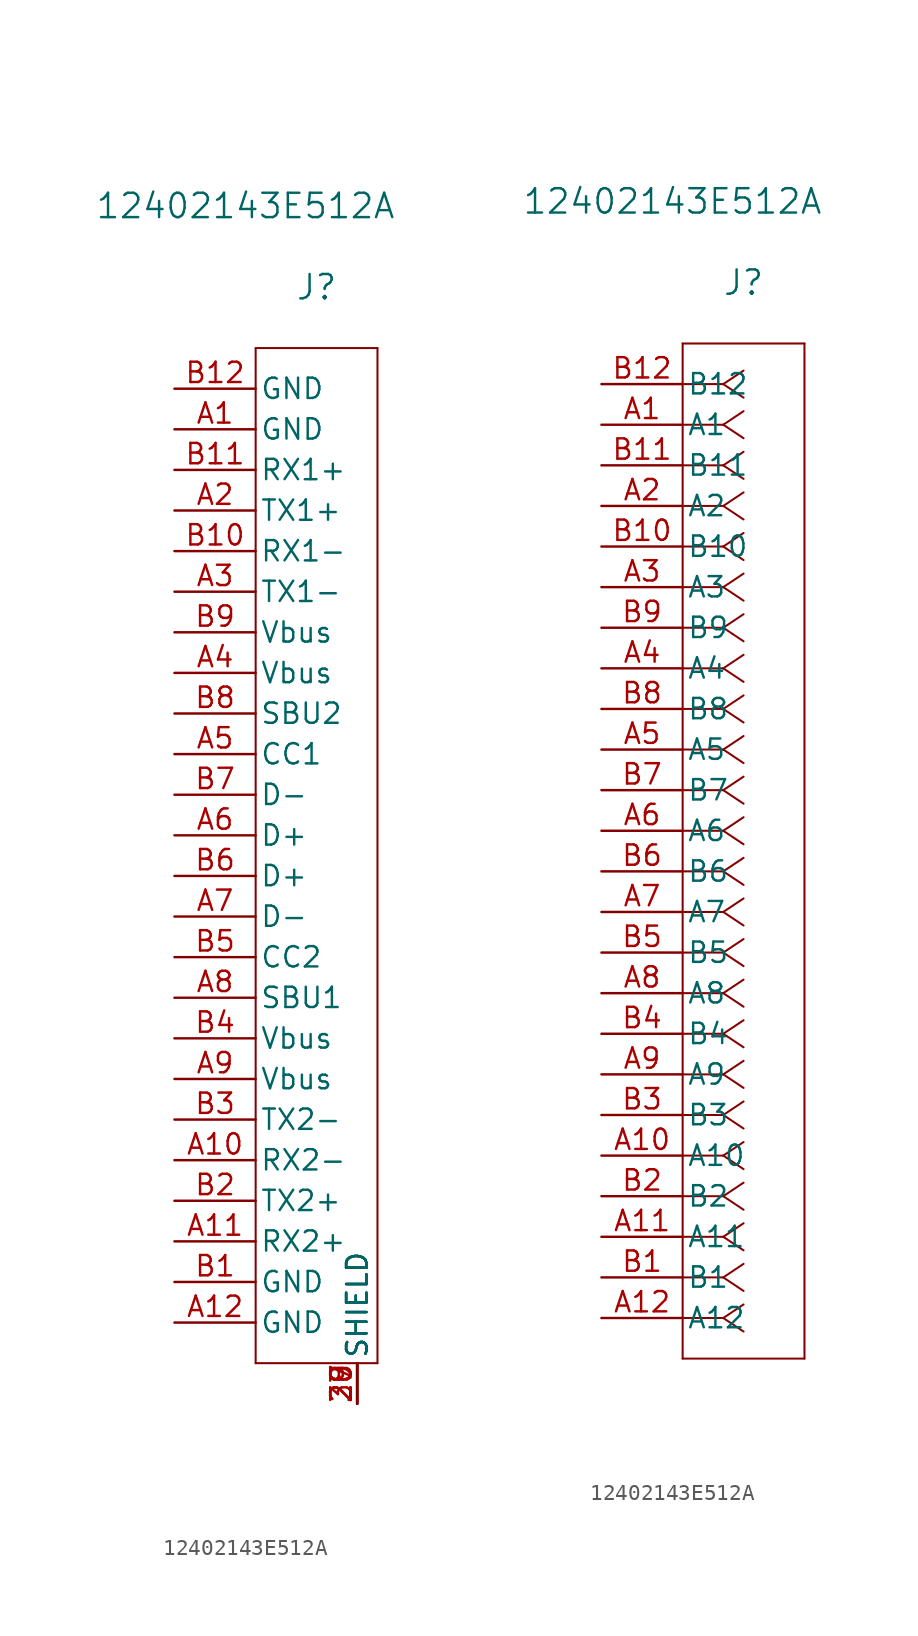
<source format=kicad_sym>
(kicad_symbol_lib
  (version 20220914)
  (generator kicad_symbol_editor)
  (symbol "12402143E512A"
    (pin_names
      (offset 0.254))
    (property "Reference" "J"
      (at 8.89 6.35 0)
      (effects (font (size 1.524 1.524))))
    (property "Value" "12402143E512A"
      (at 4.445 11.43 0)
      (effects (font (size 1.524 1.524))))
    (property "ki_locked" ""
      (at 0 0 0)
      (effects (font (size 1.27 1.27))))
    (symbol "12402143E512A_1_1"
      (polyline (pts (xy 5.08 -60.96) (xy 12.7 -60.96)) (stroke (width 0.127) (type default)) (fill (type none)))
      (polyline (pts (xy 5.08 2.54) (xy 5.08 -60.96)) (stroke (width 0.127) (type default)) (fill (type none)))
      (polyline (pts (xy 12.7 -60.96) (xy 12.7 2.54)) (stroke (width 0.127) (type default)) (fill (type none)))
      (polyline (pts (xy 12.7 2.54) (xy 5.08 2.54)) (stroke (width 0.127) (type default)) (fill (type none)))
      (pin passive line (at 11.43 -63.5 90) (length 2.54) (name "SHIELD" (effects (font (size 1.27 1.27)))) (number "27" (effects (font (size 1.27 1.27)))))
      (pin passive line (at 11.43 -63.5 90) (length 2.54) (name "SHIELD" (effects (font (size 1.27 1.27)))) (number "28" (effects (font (size 1.27 1.27)))))
      (pin passive line (at 11.43 -63.5 90) (length 2.54) (name "SHIELD" (effects (font (size 1.27 1.27)))) (number "29" (effects (font (size 1.27 1.27)))))
      (pin passive line (at 11.43 -63.5 90) (length 2.54) (name "SHIELD" (effects (font (size 1.27 1.27)))) (number "30" (effects (font (size 1.27 1.27)))))
      (pin power_out line (at 0 -2.54 0) (length 5.08) (name "GND" (effects (font (size 1.27 1.27)))) (number "A1" (effects (font (size 1.27 1.27)))))
      (pin bidirectional line (at 0 -48.26 0) (length 5.08) (name "RX2-" (effects (font (size 1.27 1.27)))) (number "A10" (effects (font (size 1.27 1.27)))))
      (pin bidirectional line (at 0 -53.34 0) (length 5.08) (name "RX2+" (effects (font (size 1.27 1.27)))) (number "A11" (effects (font (size 1.27 1.27)))))
      (pin power_out line (at 0 -58.42 0) (length 5.08) (name "GND" (effects (font (size 1.27 1.27)))) (number "A12" (effects (font (size 1.27 1.27)))))
      (pin bidirectional line (at 0 -7.62 0) (length 5.08) (name "TX1+" (effects (font (size 1.27 1.27)))) (number "A2" (effects (font (size 1.27 1.27)))))
      (pin bidirectional line (at 0 -12.7 0) (length 5.08) (name "TX1-" (effects (font (size 1.27 1.27)))) (number "A3" (effects (font (size 1.27 1.27)))))
      (pin power_in line (at 0 -17.78 0) (length 5.08) (name "Vbus" (effects (font (size 1.27 1.27)))) (number "A4" (effects (font (size 1.27 1.27)))))
      (pin bidirectional line (at 0 -22.86 0) (length 5.08) (name "CC1" (effects (font (size 1.27 1.27)))) (number "A5" (effects (font (size 1.27 1.27)))))
      (pin unspecified line (at 0 -27.94 0) (length 5.08) (name "D+" (effects (font (size 1.27 1.27)))) (number "A6" (effects (font (size 1.27 1.27)))))
      (pin bidirectional line (at 0 -33.02 0) (length 5.08) (name "D-" (effects (font (size 1.27 1.27)))) (number "A7" (effects (font (size 1.27 1.27)))))
      (pin bidirectional line (at 0 -38.1 0) (length 5.08) (name "SBU1" (effects (font (size 1.27 1.27)))) (number "A8" (effects (font (size 1.27 1.27)))))
      (pin power_in line (at 0 -43.18 0) (length 5.08) (name "Vbus" (effects (font (size 1.27 1.27)))) (number "A9" (effects (font (size 1.27 1.27)))))
      (pin power_out line (at 0 -55.88 0) (length 5.08) (name "GND" (effects (font (size 1.27 1.27)))) (number "B1" (effects (font (size 1.27 1.27)))))
      (pin bidirectional line (at 0 -10.16 0) (length 5.08) (name "RX1-" (effects (font (size 1.27 1.27)))) (number "B10" (effects (font (size 1.27 1.27)))))
      (pin bidirectional line (at 0 -5.08 0) (length 5.08) (name "RX1+" (effects (font (size 1.27 1.27)))) (number "B11" (effects (font (size 1.27 1.27)))))
      (pin power_out line (at 0 0 0) (length 5.08) (name "GND" (effects (font (size 1.27 1.27)))) (number "B12" (effects (font (size 1.27 1.27)))))
      (pin bidirectional line (at 0 -50.8 0) (length 5.08) (name "TX2+" (effects (font (size 1.27 1.27)))) (number "B2" (effects (font (size 1.27 1.27)))))
      (pin bidirectional line (at 0 -45.72 0) (length 5.08) (name "TX2-" (effects (font (size 1.27 1.27)))) (number "B3" (effects (font (size 1.27 1.27)))))
      (pin power_in line (at 0 -40.64 0) (length 5.08) (name "Vbus" (effects (font (size 1.27 1.27)))) (number "B4" (effects (font (size 1.27 1.27)))))
      (pin bidirectional line (at 0 -35.56 0) (length 5.08) (name "CC2" (effects (font (size 1.27 1.27)))) (number "B5" (effects (font (size 1.27 1.27)))))
      (pin unspecified line (at 0 -30.48 0) (length 5.08) (name "D+" (effects (font (size 1.27 1.27)))) (number "B6" (effects (font (size 1.27 1.27)))))
      (pin bidirectional line (at 0 -25.4 0) (length 5.08) (name "D-" (effects (font (size 1.27 1.27)))) (number "B7" (effects (font (size 1.27 1.27)))))
      (pin bidirectional line (at 0 -20.32 0) (length 5.08) (name "SBU2" (effects (font (size 1.27 1.27)))) (number "B8" (effects (font (size 1.27 1.27)))))
      (pin power_in line (at 0 -15.24 0) (length 5.08) (name "Vbus" (effects (font (size 1.27 1.27)))) (number "B9" (effects (font (size 1.27 1.27))))))
    (symbol "12402143E512A_1_2"
      (polyline (pts (xy 5.08 -60.96) (xy 12.7 -60.96)) (stroke (width 0.127) (type default)) (fill (type none)))
      (polyline (pts (xy 5.08 2.54) (xy 5.08 -60.96)) (stroke (width 0.127) (type default)) (fill (type none)))
      (polyline (pts (xy 7.62 -58.42) (xy 5.08 -58.42)) (stroke (width 0.127) (type default)) (fill (type none)))
      (polyline (pts (xy 7.62 -58.42) (xy 8.89 -59.267)) (stroke (width 0.127) (type default)) (fill (type none)))
      (polyline (pts (xy 7.62 -58.42) (xy 8.89 -57.573)) (stroke (width 0.127) (type default)) (fill (type none)))
      (polyline (pts (xy 7.62 -55.88) (xy 5.08 -55.88)) (stroke (width 0.127) (type default)) (fill (type none)))
      (polyline (pts (xy 7.62 -55.88) (xy 8.89 -56.727)) (stroke (width 0.127) (type default)) (fill (type none)))
      (polyline (pts (xy 7.62 -55.88) (xy 8.89 -55.033)) (stroke (width 0.127) (type default)) (fill (type none)))
      (polyline (pts (xy 7.62 -53.34) (xy 5.08 -53.34)) (stroke (width 0.127) (type default)) (fill (type none)))
      (polyline (pts (xy 7.62 -53.34) (xy 8.89 -54.187)) (stroke (width 0.127) (type default)) (fill (type none)))
      (polyline (pts (xy 7.62 -53.34) (xy 8.89 -52.493)) (stroke (width 0.127) (type default)) (fill (type none)))
      (polyline (pts (xy 7.62 -50.8) (xy 5.08 -50.8)) (stroke (width 0.127) (type default)) (fill (type none)))
      (polyline (pts (xy 7.62 -50.8) (xy 8.89 -51.647)) (stroke (width 0.127) (type default)) (fill (type none)))
      (polyline (pts (xy 7.62 -50.8) (xy 8.89 -49.953)) (stroke (width 0.127) (type default)) (fill (type none)))
      (polyline (pts (xy 7.62 -48.26) (xy 5.08 -48.26)) (stroke (width 0.127) (type default)) (fill (type none)))
      (polyline (pts (xy 7.62 -48.26) (xy 8.89 -49.107)) (stroke (width 0.127) (type default)) (fill (type none)))
      (polyline (pts (xy 7.62 -48.26) (xy 8.89 -47.413)) (stroke (width 0.127) (type default)) (fill (type none)))
      (polyline (pts (xy 7.62 -45.72) (xy 5.08 -45.72)) (stroke (width 0.127) (type default)) (fill (type none)))
      (polyline (pts (xy 7.62 -45.72) (xy 8.89 -46.567)) (stroke (width 0.127) (type default)) (fill (type none)))
      (polyline (pts (xy 7.62 -45.72) (xy 8.89 -44.873)) (stroke (width 0.127) (type default)) (fill (type none)))
      (polyline (pts (xy 7.62 -43.18) (xy 5.08 -43.18)) (stroke (width 0.127) (type default)) (fill (type none)))
      (polyline (pts (xy 7.62 -43.18) (xy 8.89 -44.027)) (stroke (width 0.127) (type default)) (fill (type none)))
      (polyline (pts (xy 7.62 -43.18) (xy 8.89 -42.333)) (stroke (width 0.127) (type default)) (fill (type none)))
      (polyline (pts (xy 7.62 -40.64) (xy 5.08 -40.64)) (stroke (width 0.127) (type default)) (fill (type none)))
      (polyline (pts (xy 7.62 -40.64) (xy 8.89 -41.487)) (stroke (width 0.127) (type default)) (fill (type none)))
      (polyline (pts (xy 7.62 -40.64) (xy 8.89 -39.793)) (stroke (width 0.127) (type default)) (fill (type none)))
      (polyline (pts (xy 7.62 -38.1) (xy 5.08 -38.1)) (stroke (width 0.127) (type default)) (fill (type none)))
      (polyline (pts (xy 7.62 -38.1) (xy 8.89 -38.947)) (stroke (width 0.127) (type default)) (fill (type none)))
      (polyline (pts (xy 7.62 -38.1) (xy 8.89 -37.253)) (stroke (width 0.127) (type default)) (fill (type none)))
      (polyline (pts (xy 7.62 -35.56) (xy 5.08 -35.56)) (stroke (width 0.127) (type default)) (fill (type none)))
      (polyline (pts (xy 7.62 -35.56) (xy 8.89 -36.407)) (stroke (width 0.127) (type default)) (fill (type none)))
      (polyline (pts (xy 7.62 -35.56) (xy 8.89 -34.713)) (stroke (width 0.127) (type default)) (fill (type none)))
      (polyline (pts (xy 7.62 -33.02) (xy 5.08 -33.02)) (stroke (width 0.127) (type default)) (fill (type none)))
      (polyline (pts (xy 7.62 -33.02) (xy 8.89 -33.867)) (stroke (width 0.127) (type default)) (fill (type none)))
      (polyline (pts (xy 7.62 -33.02) (xy 8.89 -32.173)) (stroke (width 0.127) (type default)) (fill (type none)))
      (polyline (pts (xy 7.62 -30.48) (xy 5.08 -30.48)) (stroke (width 0.127) (type default)) (fill (type none)))
      (polyline (pts (xy 7.62 -30.48) (xy 8.89 -31.327)) (stroke (width 0.127) (type default)) (fill (type none)))
      (polyline (pts (xy 7.62 -30.48) (xy 8.89 -29.633)) (stroke (width 0.127) (type default)) (fill (type none)))
      (polyline (pts (xy 7.62 -27.94) (xy 5.08 -27.94)) (stroke (width 0.127) (type default)) (fill (type none)))
      (polyline (pts (xy 7.62 -27.94) (xy 8.89 -28.787)) (stroke (width 0.127) (type default)) (fill (type none)))
      (polyline (pts (xy 7.62 -27.94) (xy 8.89 -27.093)) (stroke (width 0.127) (type default)) (fill (type none)))
      (polyline (pts (xy 7.62 -25.4) (xy 5.08 -25.4)) (stroke (width 0.127) (type default)) (fill (type none)))
      (polyline (pts (xy 7.62 -25.4) (xy 8.89 -26.247)) (stroke (width 0.127) (type default)) (fill (type none)))
      (polyline (pts (xy 7.62 -25.4) (xy 8.89 -24.553)) (stroke (width 0.127) (type default)) (fill (type none)))
      (polyline (pts (xy 7.62 -22.86) (xy 5.08 -22.86)) (stroke (width 0.127) (type default)) (fill (type none)))
      (polyline (pts (xy 7.62 -22.86) (xy 8.89 -23.707)) (stroke (width 0.127) (type default)) (fill (type none)))
      (polyline (pts (xy 7.62 -22.86) (xy 8.89 -22.013)) (stroke (width 0.127) (type default)) (fill (type none)))
      (polyline (pts (xy 7.62 -20.32) (xy 5.08 -20.32)) (stroke (width 0.127) (type default)) (fill (type none)))
      (polyline (pts (xy 7.62 -20.32) (xy 8.89 -21.167)) (stroke (width 0.127) (type default)) (fill (type none)))
      (polyline (pts (xy 7.62 -20.32) (xy 8.89 -19.473)) (stroke (width 0.127) (type default)) (fill (type none)))
      (polyline (pts (xy 7.62 -17.78) (xy 5.08 -17.78)) (stroke (width 0.127) (type default)) (fill (type none)))
      (polyline (pts (xy 7.62 -17.78) (xy 8.89 -18.627)) (stroke (width 0.127) (type default)) (fill (type none)))
      (polyline (pts (xy 7.62 -17.78) (xy 8.89 -16.933)) (stroke (width 0.127) (type default)) (fill (type none)))
      (polyline (pts (xy 7.62 -15.24) (xy 5.08 -15.24)) (stroke (width 0.127) (type default)) (fill (type none)))
      (polyline (pts (xy 7.62 -15.24) (xy 8.89 -16.087)) (stroke (width 0.127) (type default)) (fill (type none)))
      (polyline (pts (xy 7.62 -15.24) (xy 8.89 -14.393)) (stroke (width 0.127) (type default)) (fill (type none)))
      (polyline (pts (xy 7.62 -12.7) (xy 5.08 -12.7)) (stroke (width 0.127) (type default)) (fill (type none)))
      (polyline (pts (xy 7.62 -12.7) (xy 8.89 -13.547)) (stroke (width 0.127) (type default)) (fill (type none)))
      (polyline (pts (xy 7.62 -12.7) (xy 8.89 -11.853)) (stroke (width 0.127) (type default)) (fill (type none)))
      (polyline (pts (xy 7.62 -10.16) (xy 5.08 -10.16)) (stroke (width 0.127) (type default)) (fill (type none)))
      (polyline (pts (xy 7.62 -10.16) (xy 8.89 -11.007)) (stroke (width 0.127) (type default)) (fill (type none)))
      (polyline (pts (xy 7.62 -10.16) (xy 8.89 -9.313)) (stroke (width 0.127) (type default)) (fill (type none)))
      (polyline (pts (xy 7.62 -7.62) (xy 5.08 -7.62)) (stroke (width 0.127) (type default)) (fill (type none)))
      (polyline (pts (xy 7.62 -7.62) (xy 8.89 -8.467)) (stroke (width 0.127) (type default)) (fill (type none)))
      (polyline (pts (xy 7.62 -7.62) (xy 8.89 -6.773)) (stroke (width 0.127) (type default)) (fill (type none)))
      (polyline (pts (xy 7.62 -5.08) (xy 5.08 -5.08)) (stroke (width 0.127) (type default)) (fill (type none)))
      (polyline (pts (xy 7.62 -5.08) (xy 8.89 -5.927)) (stroke (width 0.127) (type default)) (fill (type none)))
      (polyline (pts (xy 7.62 -5.08) (xy 8.89 -4.233)) (stroke (width 0.127) (type default)) (fill (type none)))
      (polyline (pts (xy 7.62 -2.54) (xy 5.08 -2.54)) (stroke (width 0.127) (type default)) (fill (type none)))
      (polyline (pts (xy 7.62 -2.54) (xy 8.89 -3.387)) (stroke (width 0.127) (type default)) (fill (type none)))
      (polyline (pts (xy 7.62 -2.54) (xy 8.89 -1.693)) (stroke (width 0.127) (type default)) (fill (type none)))
      (polyline (pts (xy 7.62 0) (xy 5.08 0)) (stroke (width 0.127) (type default)) (fill (type none)))
      (polyline (pts (xy 7.62 0) (xy 8.89 -0.847)) (stroke (width 0.127) (type default)) (fill (type none)))
      (polyline (pts (xy 7.62 0) (xy 8.89 0.847)) (stroke (width 0.127) (type default)) (fill (type none)))
      (polyline (pts (xy 12.7 -60.96) (xy 12.7 2.54)) (stroke (width 0.127) (type default)) (fill (type none)))
      (polyline (pts (xy 12.7 2.54) (xy 5.08 2.54)) (stroke (width 0.127) (type default)) (fill (type none)))
      (pin power_out line (at 0 -2.54 0) (length 5.08) (name "A1" (effects (font (size 1.27 1.27)))) (number "A1" (effects (font (size 1.27 1.27)))))
      (pin bidirectional line (at 0 -48.26 0) (length 5.08) (name "A10" (effects (font (size 1.27 1.27)))) (number "A10" (effects (font (size 1.27 1.27)))))
      (pin bidirectional line (at 0 -53.34 0) (length 5.08) (name "A11" (effects (font (size 1.27 1.27)))) (number "A11" (effects (font (size 1.27 1.27)))))
      (pin power_out line (at 0 -58.42 0) (length 5.08) (name "A12" (effects (font (size 1.27 1.27)))) (number "A12" (effects (font (size 1.27 1.27)))))
      (pin bidirectional line (at 0 -7.62 0) (length 5.08) (name "A2" (effects (font (size 1.27 1.27)))) (number "A2" (effects (font (size 1.27 1.27)))))
      (pin bidirectional line (at 0 -12.7 0) (length 5.08) (name "A3" (effects (font (size 1.27 1.27)))) (number "A3" (effects (font (size 1.27 1.27)))))
      (pin power_in line (at 0 -17.78 0) (length 5.08) (name "A4" (effects (font (size 1.27 1.27)))) (number "A4" (effects (font (size 1.27 1.27)))))
      (pin bidirectional line (at 0 -22.86 0) (length 5.08) (name "A5" (effects (font (size 1.27 1.27)))) (number "A5" (effects (font (size 1.27 1.27)))))
      (pin unspecified line (at 0 -27.94 0) (length 5.08) (name "A6" (effects (font (size 1.27 1.27)))) (number "A6" (effects (font (size 1.27 1.27)))))
      (pin bidirectional line (at 0 -33.02 0) (length 5.08) (name "A7" (effects (font (size 1.27 1.27)))) (number "A7" (effects (font (size 1.27 1.27)))))
      (pin bidirectional line (at 0 -38.1 0) (length 5.08) (name "A8" (effects (font (size 1.27 1.27)))) (number "A8" (effects (font (size 1.27 1.27)))))
      (pin power_in line (at 0 -43.18 0) (length 5.08) (name "A9" (effects (font (size 1.27 1.27)))) (number "A9" (effects (font (size 1.27 1.27)))))
      (pin power_out line (at 0 -55.88 0) (length 5.08) (name "B1" (effects (font (size 1.27 1.27)))) (number "B1" (effects (font (size 1.27 1.27)))))
      (pin bidirectional line (at 0 -10.16 0) (length 5.08) (name "B10" (effects (font (size 1.27 1.27)))) (number "B10" (effects (font (size 1.27 1.27)))))
      (pin bidirectional line (at 0 -5.08 0) (length 5.08) (name "B11" (effects (font (size 1.27 1.27)))) (number "B11" (effects (font (size 1.27 1.27)))))
      (pin power_out line (at 0 0 0) (length 5.08) (name "B12" (effects (font (size 1.27 1.27)))) (number "B12" (effects (font (size 1.27 1.27)))))
      (pin bidirectional line (at 0 -50.8 0) (length 5.08) (name "B2" (effects (font (size 1.27 1.27)))) (number "B2" (effects (font (size 1.27 1.27)))))
      (pin bidirectional line (at 0 -45.72 0) (length 5.08) (name "B3" (effects (font (size 1.27 1.27)))) (number "B3" (effects (font (size 1.27 1.27)))))
      (pin power_in line (at 0 -40.64 0) (length 5.08) (name "B4" (effects (font (size 1.27 1.27)))) (number "B4" (effects (font (size 1.27 1.27)))))
      (pin bidirectional line (at 0 -35.56 0) (length 5.08) (name "B5" (effects (font (size 1.27 1.27)))) (number "B5" (effects (font (size 1.27 1.27)))))
      (pin unspecified line (at 0 -30.48 0) (length 5.08) (name "B6" (effects (font (size 1.27 1.27)))) (number "B6" (effects (font (size 1.27 1.27)))))
      (pin bidirectional line (at 0 -25.4 0) (length 5.08) (name "B7" (effects (font (size 1.27 1.27)))) (number "B7" (effects (font (size 1.27 1.27)))))
      (pin bidirectional line (at 0 -20.32 0) (length 5.08) (name "B8" (effects (font (size 1.27 1.27)))) (number "B8" (effects (font (size 1.27 1.27)))))
      (pin power_in line (at 0 -15.24 0) (length 5.08) (name "B9" (effects (font (size 1.27 1.27)))) (number "B9" (effects (font (size 1.27 1.27))))))))
</source>
